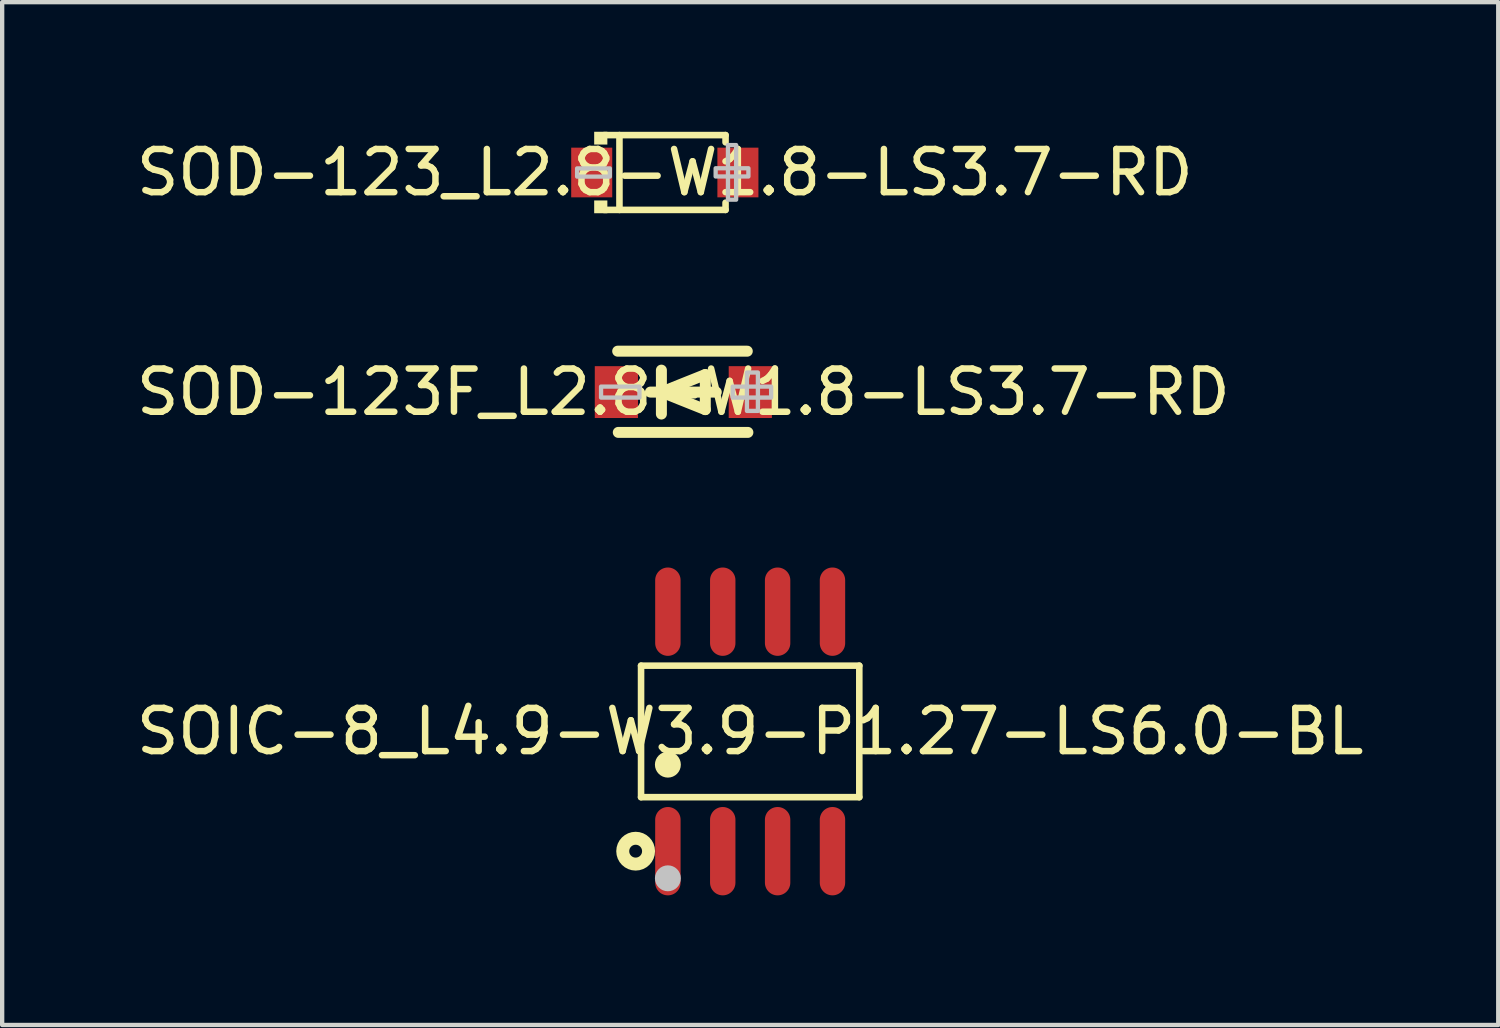
<source format=kicad_pcb>
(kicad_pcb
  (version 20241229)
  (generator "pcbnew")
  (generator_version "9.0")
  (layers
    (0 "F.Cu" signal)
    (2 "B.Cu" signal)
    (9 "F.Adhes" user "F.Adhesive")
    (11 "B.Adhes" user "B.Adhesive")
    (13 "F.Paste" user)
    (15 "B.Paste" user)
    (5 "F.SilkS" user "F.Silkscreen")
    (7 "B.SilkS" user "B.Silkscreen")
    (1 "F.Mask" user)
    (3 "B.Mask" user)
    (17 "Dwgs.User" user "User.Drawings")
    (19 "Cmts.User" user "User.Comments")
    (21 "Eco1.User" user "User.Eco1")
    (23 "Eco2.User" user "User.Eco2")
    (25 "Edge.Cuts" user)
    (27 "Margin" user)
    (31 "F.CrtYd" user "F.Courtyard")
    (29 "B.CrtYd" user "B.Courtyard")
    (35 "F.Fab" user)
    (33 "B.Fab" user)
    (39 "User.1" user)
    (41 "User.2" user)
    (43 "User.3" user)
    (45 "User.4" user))
  (footprint "SOD-123_L2.8-W1.8-LS3.7-RD"
    (layer "F.Cu")
    (at 12.339 0.943)
    (property "Reference" "SOD-123_L2.8-W1.8-LS3.7-RD" (at 0 0 0) (layer "F.SilkS") (effects (font (size 1 1) (thickness 0.15))))
    (fp_line (start -1.406 -0.866) (end 1.406 -0.866) (stroke (width 0.152) (type default)) (layer "F.SilkS"))
    (fp_line (start -1.406 0.866) (end 1.406 0.866) (stroke (width 0.152) (type default)) (layer "F.SilkS"))
    (fp_line (start -1.05 -0.866) (end -1.05 0.866) (stroke (width 0.152) (type default)) (layer "F.SilkS"))
    (fp_line (start 1.406 -0.866) (end 1.406 -0.698) (stroke (width 0.152) (type default)) (layer "F.SilkS"))
    (fp_line (start 1.406 0.866) (end 1.406 0.698) (stroke (width 0.152) (type default)) (layer "F.SilkS"))
    (fp_poly (pts (xy -1.33 -0.943) (xy -1.33 -0.647) (xy -1.635 -0.647) (xy -1.635 -0.943)) (stroke (width 0) (type default)) (fill yes) (layer "F.SilkS"))
    (fp_poly (pts (xy -1.33 0.943) (xy -1.33 0.647) (xy -1.635 0.647) (xy -1.635 0.943)) (stroke (width 0) (type default)) (fill yes) (layer "F.SilkS"))
    (fp_poly (pts (xy -2.03 -0.095) (xy -2.03 0.095) (xy -1.272 0.095) (xy -1.272 -0.095)) (stroke (width 0.1) (type default)) (fill no) (layer "Dwgs.User"))
    (fp_poly (pts (xy 1.651 -0.635) (xy 1.651 0.629) (xy 1.462 0.629) (xy 1.462 -0.635)) (stroke (width 0.1) (type default)) (fill no) (layer "Dwgs.User"))
    (fp_poly (pts (xy 1.935 -0.098) (xy 1.935 0.092) (xy 1.177 0.092) (xy 1.177 -0.098)) (stroke (width 0.1) (type default)) (fill no) (layer "Dwgs.User"))
    (fp_poly (pts (xy -1.833 0.465) (xy -1.833 -0.465) (xy -1.282 -0.465) (xy -1.282 0.465)) (stroke (width 0.1) (type default)) (fill no) (layer "User.1"))
    (fp_poly (pts (xy 1.833 0.465) (xy 1.833 -0.465) (xy 1.282 -0.465) (xy 1.282 0.465)) (stroke (width 0.1) (type default)) (fill no) (layer "User.1"))
    (fp_line (start -1.4 -0.9) (end 1.4 -0.9) (stroke (width 0.051) (type default)) (layer "User.2"))
    (fp_line (start -1.4 0.9) (end -1.4 -0.9) (stroke (width 0.051) (type default)) (layer "User.2"))
    (fp_line (start 1.4 -0.9) (end 1.4 0.9) (stroke (width 0.051) (type default)) (layer "User.2"))
    (fp_line (start 1.4 0.9) (end -1.4 0.9) (stroke (width 0.051) (type default)) (layer "User.2"))
    (fp_poly (pts (xy -1.772 0.9) (xy -1.79 0.858) (xy -1.833 0.84) (xy -1.875 0.858) (xy -1.893 0.9) (xy -1.875 0.942) (xy -1.833 0.96) (xy -1.79 0.942)) (stroke (width 0.1) (type default)) (fill no) (layer "User.3"))
    (pad "1" smd rect (at -1.692 0) (size 0.95 1.15) (layers "F.Cu" "F.Mask" "F.Paste"))
    (pad "2" smd rect (at 1.692 0) (size 0.95 1.15) (layers "F.Cu" "F.Mask" "F.Paste")))
  (footprint "SOD-123F_L2.8-W1.8-LS3.7-RD"
    (layer "F.Cu")
    (at 12.768 6.026)
    (property "Reference" "SOD-123F_L2.8-W1.8-LS3.7-RD" (at 0 0 0) (layer "F.SilkS") (effects (font (size 1 1) (thickness 0.15))))
    (fp_line (start -1.52 -0.947) (end 1.48 -0.947) (stroke (width 0.254) (type default)) (layer "F.SilkS"))
    (fp_line (start -1.506 0.933) (end 1.494 0.933) (stroke (width 0.254) (type default)) (layer "F.SilkS"))
    (fp_line (start -0.762 0) (end 0.762 0) (stroke (width 0.254) (type default)) (layer "F.SilkS"))
    (fp_line (start -0.508 -0.508) (end -0.508 0.508) (stroke (width 0.254) (type default)) (layer "F.SilkS"))
    (fp_line (start -0.508 0) (end 0.508 -0.406) (stroke (width 0.254) (type default)) (layer "F.SilkS"))
    (fp_line (start 0.508 -0.406) (end 0.508 0.406) (stroke (width 0.254) (type default)) (layer "F.SilkS"))
    (fp_line (start 0.508 0.406) (end -0.508 0) (stroke (width 0.254) (type default)) (layer "F.SilkS"))
    (fp_poly (pts (xy -1.905 -0.127) (xy -1.016 -0.127) (xy -1.016 0.127) (xy -1.905 0.127)) (stroke (width 0.1) (type default)) (fill no) (layer "Dwgs.User"))
    (fp_poly (pts (xy 1.143 -0.127) (xy 2.032 -0.127) (xy 2.032 0.127) (xy 1.143 0.127)) (stroke (width 0.1) (type default)) (fill no) (layer "Dwgs.User"))
    (fp_poly (pts (xy 1.472 0.436) (xy 1.472 -0.453) (xy 1.726 -0.453) (xy 1.726 0.436)) (stroke (width 0.1) (type default)) (fill no) (layer "Dwgs.User"))
    (fp_poly (pts (xy -1.85 0.5) (xy -1.85 -0.5) (xy -1.3 -0.5) (xy -1.3 0.5)) (stroke (width 0.1) (type default)) (fill no) (layer "User.1"))
    (fp_poly (pts (xy 1.3 0.5) (xy 1.3 -0.5) (xy 1.85 -0.5) (xy 1.85 0.5)) (stroke (width 0.1) (type default)) (fill no) (layer "User.1"))
    (fp_line (start -1.35 -0.85) (end 1.35 -0.85) (stroke (width 0.051) (type default)) (layer "User.2"))
    (fp_line (start -1.35 0.85) (end -1.35 -0.85) (stroke (width 0.051) (type default)) (layer "User.2"))
    (fp_line (start 1.35 -0.85) (end 1.35 0.85) (stroke (width 0.051) (type default)) (layer "User.2"))
    (fp_line (start 1.35 0.85) (end -1.35 0.85) (stroke (width 0.051) (type default)) (layer "User.2"))
    (fp_poly (pts (xy -1.79 0.85) (xy -1.808 0.808) (xy -1.85 0.79) (xy -1.892 0.808) (xy -1.91 0.85) (xy -1.892 0.892) (xy -1.85 0.91) (xy -1.808 0.892)) (stroke (width 0.1) (type default)) (fill no) (layer "User.3"))
    (pad "1" smd rect (at -1.55 0) (size 1 1.2) (layers "F.Cu" "F.Mask" "F.Paste"))
    (pad "2" smd rect (at 1.55 0) (size 1 1.2) (layers "F.Cu" "F.Mask" "F.Paste")))
  (footprint "SOIC-8_L4.9-W3.9-P1.27-LS6.0-BL"
    (layer "F.Cu")
    (at 14.315 13.881)
    (property "Reference" "SOIC-8_L4.9-W3.9-P1.27-LS6.0-BL" (at 0 0 0) (layer "F.SilkS") (effects (font (size 1 1) (thickness 0.15))))
    (fp_line (start -2.526 -1.522) (end 2.526 -1.522) (stroke (width 0.152) (type default)) (layer "F.SilkS"))
    (fp_line (start -2.526 1.522) (end -2.526 -1.522) (stroke (width 0.152) (type default)) (layer "F.SilkS"))
    (fp_line (start 2.526 -1.522) (end 2.526 1.522) (stroke (width 0.152) (type default)) (layer "F.SilkS"))
    (fp_line (start 2.526 1.522) (end -2.526 1.522) (stroke (width 0.152) (type default)) (layer "F.SilkS"))
    (fp_circle (center -2.651 2.772) (end -2.502 2.772) (stroke (width 0.3) (type default)) (fill no) (layer "F.SilkS"))
    (fp_circle (center -1.905 0.769) (end -1.755 0.769) (stroke (width 0.3) (type default)) (fill no) (layer "F.SilkS"))
    (fp_circle (center -1.905 3.4) (end -1.755 3.4) (stroke (width 0.3) (type default)) (fill no) (layer "Dwgs.User"))
    (fp_poly (pts (xy -2.115 -3) (xy -2.115 -2.165) (xy -1.695 -2.165) (xy -1.695 -3)) (stroke (width 0.1) (type default)) (fill no) (layer "User.1"))
    (fp_poly (pts (xy -2.115 -2.175) (xy -2.115 -1.94) (xy -1.695 -1.94) (xy -1.695 -2.175)) (stroke (width 0.1) (type default)) (fill no) (layer "User.1"))
    (fp_poly (pts (xy -2.115 2.175) (xy -2.115 1.94) (xy -1.695 1.94) (xy -1.695 2.175)) (stroke (width 0.1) (type default)) (fill no) (layer "User.1"))
    (fp_poly (pts (xy -2.115 3) (xy -2.115 2.165) (xy -1.695 2.165) (xy -1.695 3)) (stroke (width 0.1) (type default)) (fill no) (layer "User.1"))
    (fp_poly (pts (xy -0.845 -3) (xy -0.845 -2.165) (xy -0.425 -2.165) (xy -0.425 -3)) (stroke (width 0.1) (type default)) (fill no) (layer "User.1"))
    (fp_poly (pts (xy -0.845 -2.175) (xy -0.845 -1.94) (xy -0.425 -1.94) (xy -0.425 -2.175)) (stroke (width 0.1) (type default)) (fill no) (layer "User.1"))
    (fp_poly (pts (xy -0.845 2.175) (xy -0.845 1.94) (xy -0.425 1.94) (xy -0.425 2.175)) (stroke (width 0.1) (type default)) (fill no) (layer "User.1"))
    (fp_poly (pts (xy -0.845 3) (xy -0.845 2.165) (xy -0.425 2.165) (xy -0.425 3)) (stroke (width 0.1) (type default)) (fill no) (layer "User.1"))
    (fp_poly (pts (xy 0.425 -3) (xy 0.425 -2.165) (xy 0.845 -2.165) (xy 0.845 -3)) (stroke (width 0.1) (type default)) (fill no) (layer "User.1"))
    (fp_poly (pts (xy 0.425 -2.175) (xy 0.425 -1.94) (xy 0.845 -1.94) (xy 0.845 -2.175)) (stroke (width 0.1) (type default)) (fill no) (layer "User.1"))
    (fp_poly (pts (xy 0.425 2.175) (xy 0.425 1.94) (xy 0.845 1.94) (xy 0.845 2.175)) (stroke (width 0.1) (type default)) (fill no) (layer "User.1"))
    (fp_poly (pts (xy 0.425 3) (xy 0.425 2.165) (xy 0.845 2.165) (xy 0.845 3)) (stroke (width 0.1) (type default)) (fill no) (layer "User.1"))
    (fp_poly (pts (xy 1.695 -3) (xy 1.695 -2.165) (xy 2.115 -2.165) (xy 2.115 -3)) (stroke (width 0.1) (type default)) (fill no) (layer "User.1"))
    (fp_poly (pts (xy 1.695 -2.175) (xy 1.695 -1.94) (xy 2.115 -1.94) (xy 2.115 -2.175)) (stroke (width 0.1) (type default)) (fill no) (layer "User.1"))
    (fp_poly (pts (xy 1.695 2.175) (xy 1.695 1.94) (xy 2.115 1.94) (xy 2.115 2.175)) (stroke (width 0.1) (type default)) (fill no) (layer "User.1"))
    (fp_poly (pts (xy 1.695 3) (xy 1.695 2.165) (xy 2.115 2.165) (xy 2.115 3)) (stroke (width 0.1) (type default)) (fill no) (layer "User.1"))
    (fp_line (start -2.45 -1.95) (end 2.45 -1.95) (stroke (width 0.051) (type default)) (layer "User.2"))
    (fp_line (start -2.45 1.95) (end -2.45 -1.95) (stroke (width 0.051) (type default)) (layer "User.2"))
    (fp_line (start 2.45 -1.95) (end 2.45 1.95) (stroke (width 0.051) (type default)) (layer "User.2"))
    (fp_line (start 2.45 1.95) (end -2.45 1.95) (stroke (width 0.051) (type default)) (layer "User.2"))
    (fp_poly (pts (xy -2.39 3) (xy -2.408 2.958) (xy -2.45 2.94) (xy -2.492 2.958) (xy -2.51 3) (xy -2.492 3.042) (xy -2.45 3.06) (xy -2.408 3.042)) (stroke (width 0.1) (type default)) (fill no) (layer "User.3"))
    (pad "1" smd oval (at -1.905 2.772) (size 0.588 2.045) (layers "F.Cu" "F.Mask" "F.Paste"))
    (pad "2" smd oval (at -0.635 2.772) (size 0.588 2.045) (layers "F.Cu" "F.Mask" "F.Paste"))
    (pad "3" smd oval (at 0.635 2.772) (size 0.588 2.045) (layers "F.Cu" "F.Mask" "F.Paste"))
    (pad "4" smd oval (at 1.905 2.772) (size 0.588 2.045) (layers "F.Cu" "F.Mask" "F.Paste"))
    (pad "5" smd oval (at 1.905 -2.772) (size 0.588 2.045) (layers "F.Cu" "F.Mask" "F.Paste"))
    (pad "6" smd oval (at 0.635 -2.772) (size 0.588 2.045) (layers "F.Cu" "F.Mask" "F.Paste"))
    (pad "7" smd oval (at -0.635 -2.772) (size 0.588 2.045) (layers "F.Cu" "F.Mask" "F.Paste"))
    (pad "8" smd oval (at -1.905 -2.772) (size 0.588 2.045) (layers "F.Cu" "F.Mask" "F.Paste")))
  (gr_rect
    (start -3 -3)
    (end 31.631 20.676)
    (stroke (width 0.1) (type default))
    (fill no)
    (layer "Edge.Cuts")))
</source>
